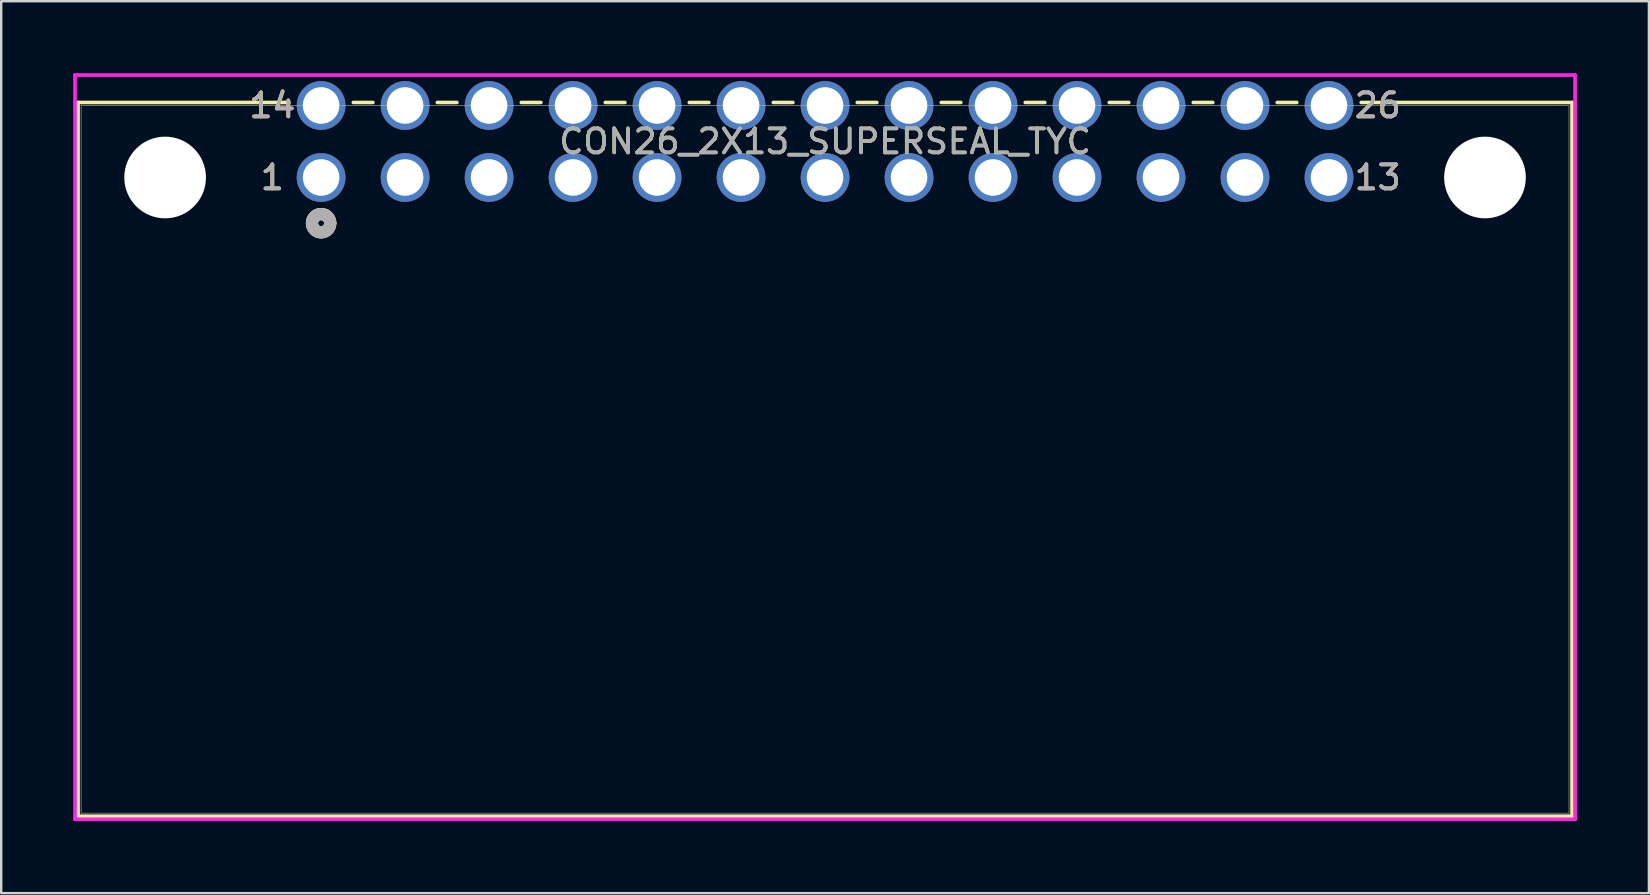
<source format=kicad_pcb>
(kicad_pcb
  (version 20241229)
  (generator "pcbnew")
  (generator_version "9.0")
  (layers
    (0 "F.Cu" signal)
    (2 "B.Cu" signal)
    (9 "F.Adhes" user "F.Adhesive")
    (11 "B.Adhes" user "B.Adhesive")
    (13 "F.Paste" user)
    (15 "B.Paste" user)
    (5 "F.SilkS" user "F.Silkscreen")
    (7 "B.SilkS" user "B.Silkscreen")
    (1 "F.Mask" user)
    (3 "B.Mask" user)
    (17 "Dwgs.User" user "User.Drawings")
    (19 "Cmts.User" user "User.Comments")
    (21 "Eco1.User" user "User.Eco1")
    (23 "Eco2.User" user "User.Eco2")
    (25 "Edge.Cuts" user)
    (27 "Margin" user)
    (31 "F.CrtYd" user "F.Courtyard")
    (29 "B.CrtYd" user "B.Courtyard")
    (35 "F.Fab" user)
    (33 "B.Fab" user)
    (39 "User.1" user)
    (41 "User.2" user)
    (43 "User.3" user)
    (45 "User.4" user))
  (footprint "CON26_2X13_SUPERSEAL_TYC"
    (layer "F.Cu")
    (at 10.331 4.346)
    (property "Reference" "CON26_2X13_SUPERSEAL_TYC" (at 21 -1.5 0) (unlocked yes) (layer "F.SilkS") (effects (font (size 1 1) (thickness 0.15))))
    (attr through_hole)
    (fp_line (start -10.128 -3.126) (end -10.128 26.618) (stroke (width 0.152) (type solid)) (layer "F.SilkS"))
    (fp_line (start -10.128 26.618) (end 52.128 26.618) (stroke (width 0.152) (type solid)) (layer "F.SilkS"))
    (fp_line (start -1.343 -3.126) (end -10.128 -3.126) (stroke (width 0.152) (type solid)) (layer "F.SilkS"))
    (fp_line (start 2.157 -3.126) (end 1.343 -3.126) (stroke (width 0.152) (type solid)) (layer "F.SilkS"))
    (fp_line (start 5.657 -3.126) (end 4.843 -3.126) (stroke (width 0.152) (type solid)) (layer "F.SilkS"))
    (fp_line (start 9.157 -3.126) (end 8.343 -3.126) (stroke (width 0.152) (type solid)) (layer "F.SilkS"))
    (fp_line (start 12.657 -3.126) (end 11.843 -3.126) (stroke (width 0.152) (type solid)) (layer "F.SilkS"))
    (fp_line (start 16.157 -3.126) (end 15.343 -3.126) (stroke (width 0.152) (type solid)) (layer "F.SilkS"))
    (fp_line (start 19.657 -3.126) (end 18.843 -3.126) (stroke (width 0.152) (type solid)) (layer "F.SilkS"))
    (fp_line (start 23.157 -3.126) (end 22.343 -3.126) (stroke (width 0.152) (type solid)) (layer "F.SilkS"))
    (fp_line (start 26.657 -3.126) (end 25.843 -3.126) (stroke (width 0.152) (type solid)) (layer "F.SilkS"))
    (fp_line (start 30.157 -3.126) (end 29.343 -3.126) (stroke (width 0.152) (type solid)) (layer "F.SilkS"))
    (fp_line (start 33.657 -3.126) (end 32.843 -3.126) (stroke (width 0.152) (type solid)) (layer "F.SilkS"))
    (fp_line (start 37.157 -3.126) (end 36.343 -3.126) (stroke (width 0.152) (type solid)) (layer "F.SilkS"))
    (fp_line (start 40.657 -3.126) (end 39.843 -3.126) (stroke (width 0.152) (type solid)) (layer "F.SilkS"))
    (fp_line (start 52.128 -3.126) (end 43.343 -3.126) (stroke (width 0.152) (type solid)) (layer "F.SilkS"))
    (fp_line (start 52.128 26.618) (end 52.128 -3.126) (stroke (width 0.152) (type solid)) (layer "F.SilkS"))
    (fp_arc (start 0.039313 1.526034) (mid 0.282966 1.64987) (end 0.381 1.905) (stroke (width 0.508) (type solid)) (layer "F.SilkS"))
    (fp_arc (start 0.381 1.905) (mid -0.25513 2.187966) (end -0.039313 1.526034) (stroke (width 0.508) (type solid)) (layer "F.SilkS"))
    (fp_circle (center 0 1.905) (end 0.381 1.905) (stroke (width 0.508) (type solid)) (fill no) (layer "B.SilkS"))
    (fp_line (start -10.255 -4.27) (end -10.255 26.745) (stroke (width 0.152) (type solid)) (layer "F.CrtYd"))
    (fp_line (start -10.255 26.745) (end 52.255 26.745) (stroke (width 0.152) (type solid)) (layer "F.CrtYd"))
    (fp_line (start 52.255 -4.27) (end -10.255 -4.27) (stroke (width 0.152) (type solid)) (layer "F.CrtYd"))
    (fp_line (start 52.255 26.745) (end 52.255 -4.27) (stroke (width 0.152) (type solid)) (layer "F.CrtYd"))
    (fp_line (start -10.001 -2.999) (end -10.001 26.491) (stroke (width 0.025) (type solid)) (layer "F.Fab"))
    (fp_line (start -10.001 26.491) (end 52.001 26.491) (stroke (width 0.025) (type solid)) (layer "F.Fab"))
    (fp_line (start 52.001 -2.999) (end -10.001 -2.999) (stroke (width 0.025) (type solid)) (layer "F.Fab"))
    (fp_line (start 52.001 26.491) (end 52.001 -2.999) (stroke (width 0.025) (type solid)) (layer "F.Fab"))
    (fp_circle (center 0 1.905) (end 0.381 1.905) (stroke (width 0.508) (type solid)) (fill no) (layer "F.Fab"))
    (fp_text user "26" (at 44.032 -3 0) (unlocked yes) (layer "F.SilkS") (effects (font (size 1 1) (thickness 0.15))))
    (fp_text user "1" (at -2.032 0 0) (unlocked yes) (layer "F.SilkS") (effects (font (size 1 1) (thickness 0.15))))
    (fp_text user "13" (at 44.032 0 0) (unlocked yes) (layer "F.SilkS") (effects (font (size 1 1) (thickness 0.15))))
    (fp_text user "14" (at -2.032 -3 0) (unlocked yes) (layer "F.SilkS") (effects (font (size 1 1) (thickness 0.15))))
    (fp_text user "14" (at -2.032 -3 0) (unlocked yes) (layer "B.SilkS") (effects (font (size 1 1) (thickness 0.15))))
    (fp_text user "1" (at -2.032 0 0) (unlocked yes) (layer "B.SilkS") (effects (font (size 1 1) (thickness 0.15))))
    (fp_text user "26" (at 44.032 -3 0) (unlocked yes) (layer "B.SilkS") (effects (font (size 1 1) (thickness 0.15))))
    (fp_text user "13" (at 44.032 0 0) (unlocked yes) (layer "B.SilkS") (effects (font (size 1 1) (thickness 0.15))))
    (fp_text user "1" (at -2.032 0 0) (unlocked yes) (layer "F.Fab") (effects (font (size 1 1) (thickness 0.15))))
    (fp_text user "13" (at 44.032 0 0) (unlocked yes) (layer "F.Fab") (effects (font (size 1 1) (thickness 0.15))))
    (fp_text user "14" (at -2.032 -3 0) (unlocked yes) (layer "F.Fab") (effects (font (size 1 1) (thickness 0.15))))
    (fp_text user "26" (at 44.032 -3 0) (unlocked yes) (layer "F.Fab") (effects (font (size 1 1) (thickness 0.15))))
    (fp_text user "${REFERENCE}" (at 21 -1.5 0) (unlocked yes) (layer "F.Fab") (effects (font (size 1 1) (thickness 0.15))))
    (pad "" np_thru_hole circle (at -6.5 0.000125) (size 3.404 3.404) (drill 3.404) (layers "*.Cu" "*.Mask"))
    (pad "" np_thru_hole circle (at 48.5 0.000125) (size 3.404 3.404) (drill 3.404) (layers "*.Cu" "*.Mask"))
    (pad "1" thru_hole circle (at 0 0) (size 2.032 2.032) (drill 1.524) (layers "*.Cu" "*.Mask"))
    (pad "2" thru_hole circle (at 3.5 0) (size 2.032 2.032) (drill 1.524) (layers "*.Cu" "*.Mask"))
    (pad "3" thru_hole circle (at 7 0) (size 2.032 2.032) (drill 1.524) (layers "*.Cu" "*.Mask"))
    (pad "4" thru_hole circle (at 10.5 0) (size 2.032 2.032) (drill 1.524) (layers "*.Cu" "*.Mask"))
    (pad "5" thru_hole circle (at 14 0) (size 2.032 2.032) (drill 1.524) (layers "*.Cu" "*.Mask"))
    (pad "6" thru_hole circle (at 17.5 0) (size 2.032 2.032) (drill 1.524) (layers "*.Cu" "*.Mask"))
    (pad "7" thru_hole circle (at 21 0) (size 2.032 2.032) (drill 1.524) (layers "*.Cu" "*.Mask"))
    (pad "8" thru_hole circle (at 24.5 0) (size 2.032 2.032) (drill 1.524) (layers "*.Cu" "*.Mask"))
    (pad "9" thru_hole circle (at 28 0) (size 2.032 2.032) (drill 1.524) (layers "*.Cu" "*.Mask"))
    (pad "10" thru_hole circle (at 31.5 0) (size 2.032 2.032) (drill 1.524) (layers "*.Cu" "*.Mask"))
    (pad "11" thru_hole circle (at 35 0) (size 2.032 2.032) (drill 1.524) (layers "*.Cu" "*.Mask"))
    (pad "12" thru_hole circle (at 38.5 0) (size 2.032 2.032) (drill 1.524) (layers "*.Cu" "*.Mask"))
    (pad "13" thru_hole circle (at 42 0) (size 2.032 2.032) (drill 1.524) (layers "*.Cu" "*.Mask"))
    (pad "14" thru_hole circle (at 0 -3) (size 2.032 2.032) (drill 1.524) (layers "*.Cu" "*.Mask"))
    (pad "15" thru_hole circle (at 3.5 -3) (size 2.032 2.032) (drill 1.524) (layers "*.Cu" "*.Mask"))
    (pad "16" thru_hole circle (at 7 -3) (size 2.032 2.032) (drill 1.524) (layers "*.Cu" "*.Mask"))
    (pad "17" thru_hole circle (at 10.5 -3) (size 2.032 2.032) (drill 1.524) (layers "*.Cu" "*.Mask"))
    (pad "18" thru_hole circle (at 14 -3) (size 2.032 2.032) (drill 1.524) (layers "*.Cu" "*.Mask"))
    (pad "19" thru_hole circle (at 17.5 -3) (size 2.032 2.032) (drill 1.524) (layers "*.Cu" "*.Mask"))
    (pad "20" thru_hole circle (at 21 -3) (size 2.032 2.032) (drill 1.524) (layers "*.Cu" "*.Mask"))
    (pad "21" thru_hole circle (at 24.5 -3) (size 2.032 2.032) (drill 1.524) (layers "*.Cu" "*.Mask"))
    (pad "22" thru_hole circle (at 28 -3) (size 2.032 2.032) (drill 1.524) (layers "*.Cu" "*.Mask"))
    (pad "23" thru_hole circle (at 31.5 -3) (size 2.032 2.032) (drill 1.524) (layers "*.Cu" "*.Mask"))
    (pad "24" thru_hole circle (at 35 -3) (size 2.032 2.032) (drill 1.524) (layers "*.Cu" "*.Mask"))
    (pad "25" thru_hole circle (at 38.5 -3) (size 2.032 2.032) (drill 1.524) (layers "*.Cu" "*.Mask"))
    (pad "26" thru_hole circle (at 42 -3) (size 2.032 2.032) (drill 1.524) (layers "*.Cu" "*.Mask")))
  (gr_rect
    (start -3 -3)
    (end 65.662 34.167)
    (stroke (width 0.1) (type default))
    (fill no)
    (layer "Edge.Cuts")))
</source>
